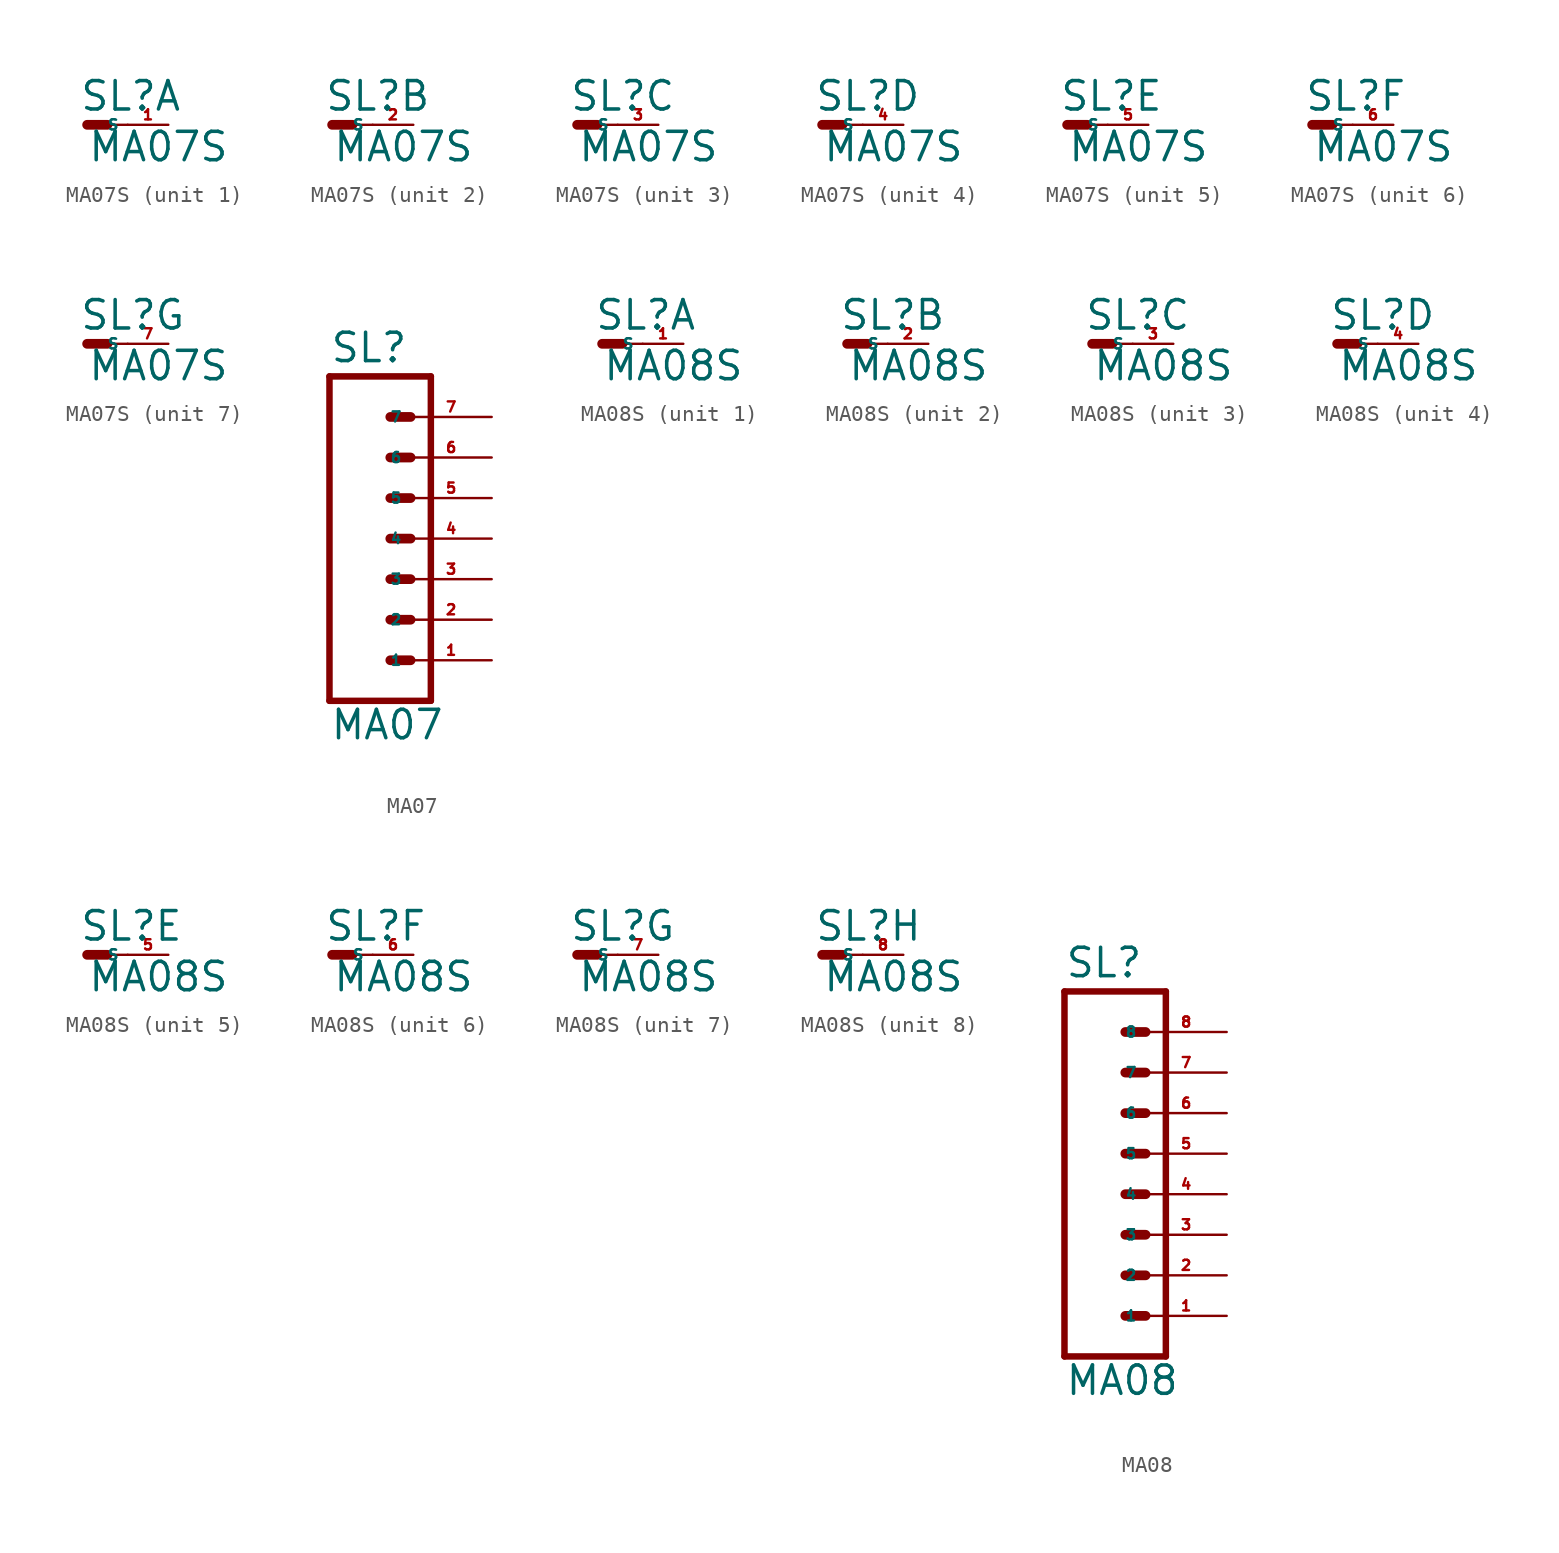
<source format=kicad_sym>
(kicad_symbol_lib
  (version 20220914)
  (generator Eagle2Kicad)
  (symbol "MA07S"
    (property "Reference" "SL"
      (at -0.508 0.762 0)
      (effects (font (size 1.778 1.778) (thickness 0.22)) (justify left bottom)))
    (property "Value" "MA07S"
      (at 0 -2.413 0)
      (effects (font (size 1.778 1.778) (thickness 0.22)) (justify left bottom)))
    (symbol "MA07S_1_0"
      (polyline (pts (xy 0 0) (xy 1.27 0)) (stroke (width 0.61) (type default)) (fill (type none)))
      (polyline (pts (xy 1.27 0) (xy 2.54 0)) (stroke (width 0.152) (type default)) (fill (type none)))
      (pin passive line (at 5.08 0 180) (length 2.54) (name "S" (effects (font (size 0.635 0.635) (thickness 0.08)) (justify left bottom))) (number "1" (effects (font (size 0.635 0.635) (thickness 0.08)) (justify left bottom)))))
    (symbol "MA07S_2_0"
      (polyline (pts (xy 0 0) (xy 1.27 0)) (stroke (width 0.61) (type default)) (fill (type none)))
      (polyline (pts (xy 1.27 0) (xy 2.54 0)) (stroke (width 0.152) (type default)) (fill (type none)))
      (pin passive line (at 5.08 0 180) (length 2.54) (name "S" (effects (font (size 0.635 0.635) (thickness 0.08)) (justify left bottom))) (number "2" (effects (font (size 0.635 0.635) (thickness 0.08)) (justify left bottom)))))
    (symbol "MA07S_3_0"
      (polyline (pts (xy 0 0) (xy 1.27 0)) (stroke (width 0.61) (type default)) (fill (type none)))
      (polyline (pts (xy 1.27 0) (xy 2.54 0)) (stroke (width 0.152) (type default)) (fill (type none)))
      (pin passive line (at 5.08 0 180) (length 2.54) (name "S" (effects (font (size 0.635 0.635) (thickness 0.08)) (justify left bottom))) (number "3" (effects (font (size 0.635 0.635) (thickness 0.08)) (justify left bottom)))))
    (symbol "MA07S_4_0"
      (polyline (pts (xy 0 0) (xy 1.27 0)) (stroke (width 0.61) (type default)) (fill (type none)))
      (polyline (pts (xy 1.27 0) (xy 2.54 0)) (stroke (width 0.152) (type default)) (fill (type none)))
      (pin passive line (at 5.08 0 180) (length 2.54) (name "S" (effects (font (size 0.635 0.635) (thickness 0.08)) (justify left bottom))) (number "4" (effects (font (size 0.635 0.635) (thickness 0.08)) (justify left bottom)))))
    (symbol "MA07S_5_0"
      (polyline (pts (xy 0 0) (xy 1.27 0)) (stroke (width 0.61) (type default)) (fill (type none)))
      (polyline (pts (xy 1.27 0) (xy 2.54 0)) (stroke (width 0.152) (type default)) (fill (type none)))
      (pin passive line (at 5.08 0 180) (length 2.54) (name "S" (effects (font (size 0.635 0.635) (thickness 0.08)) (justify left bottom))) (number "5" (effects (font (size 0.635 0.635) (thickness 0.08)) (justify left bottom)))))
    (symbol "MA07S_6_0"
      (polyline (pts (xy 0 0) (xy 1.27 0)) (stroke (width 0.61) (type default)) (fill (type none)))
      (polyline (pts (xy 1.27 0) (xy 2.54 0)) (stroke (width 0.152) (type default)) (fill (type none)))
      (pin passive line (at 5.08 0 180) (length 2.54) (name "S" (effects (font (size 0.635 0.635) (thickness 0.08)) (justify left bottom))) (number "6" (effects (font (size 0.635 0.635) (thickness 0.08)) (justify left bottom)))))
    (symbol "MA07S_7_0"
      (polyline (pts (xy 0 0) (xy 1.27 0)) (stroke (width 0.61) (type default)) (fill (type none)))
      (polyline (pts (xy 1.27 0) (xy 2.54 0)) (stroke (width 0.152) (type default)) (fill (type none)))
      (pin passive line (at 5.08 0 180) (length 2.54) (name "S" (effects (font (size 0.635 0.635) (thickness 0.08)) (justify left bottom))) (number "7" (effects (font (size 0.635 0.635) (thickness 0.08)) (justify left bottom))))))
  (symbol "MA07"
    (property "Reference" "SL"
      (at -5.08 13.462 0)
      (effects (font (size 1.778 1.778) (thickness 0.22)) (justify left bottom)))
    (property "Value" "MA07"
      (at -5.08 -10.16 0)
      (effects (font (size 1.778 1.778) (thickness 0.22)) (justify left bottom)))
    (polyline
      (pts (xy 1.27 -7.62) (xy -5.08 -7.62))
      (stroke (width 0.406) (type default))
      (fill (type none)))
    (polyline
      (pts (xy -1.27 0) (xy 0 0))
      (stroke (width 0.61) (type default))
      (fill (type none)))
    (polyline
      (pts (xy -1.27 -2.54) (xy 0 -2.54))
      (stroke (width 0.61) (type default))
      (fill (type none)))
    (polyline
      (pts (xy -1.27 -5.08) (xy 0 -5.08))
      (stroke (width 0.61) (type default))
      (fill (type none)))
    (polyline
      (pts (xy -5.08 12.7) (xy -5.08 -7.62))
      (stroke (width 0.406) (type default))
      (fill (type none)))
    (polyline
      (pts (xy 1.27 -7.62) (xy 1.27 12.7))
      (stroke (width 0.406) (type default))
      (fill (type none)))
    (polyline
      (pts (xy -5.08 12.7) (xy 1.27 12.7))
      (stroke (width 0.406) (type default))
      (fill (type none)))
    (polyline
      (pts (xy -1.27 5.08) (xy 0 5.08))
      (stroke (width 0.61) (type default))
      (fill (type none)))
    (polyline
      (pts (xy -1.27 2.54) (xy 0 2.54))
      (stroke (width 0.61) (type default))
      (fill (type none)))
    (polyline
      (pts (xy -1.27 7.62) (xy 0 7.62))
      (stroke (width 0.61) (type default))
      (fill (type none)))
    (polyline
      (pts (xy -1.27 10.16) (xy 0 10.16))
      (stroke (width 0.61) (type default))
      (fill (type none)))
    (pin passive line
      (at 5.08 -5.08 180)
      (length 5.08)
      (name "1" (effects (font (size 0.635 0.635) (thickness 0.08)) (justify left bottom)))
      (number "1" (effects (font (size 0.635 0.635) (thickness 0.08)) (justify left bottom))))
    (pin passive line
      (at 5.08 -2.54 180)
      (length 5.08)
      (name "2" (effects (font (size 0.635 0.635) (thickness 0.08)) (justify left bottom)))
      (number "2" (effects (font (size 0.635 0.635) (thickness 0.08)) (justify left bottom))))
    (pin passive line
      (at 5.08 0 180)
      (length 5.08)
      (name "3" (effects (font (size 0.635 0.635) (thickness 0.08)) (justify left bottom)))
      (number "3" (effects (font (size 0.635 0.635) (thickness 0.08)) (justify left bottom))))
    (pin passive line
      (at 5.08 2.54 180)
      (length 5.08)
      (name "4" (effects (font (size 0.635 0.635) (thickness 0.08)) (justify left bottom)))
      (number "4" (effects (font (size 0.635 0.635) (thickness 0.08)) (justify left bottom))))
    (pin passive line
      (at 5.08 5.08 180)
      (length 5.08)
      (name "5" (effects (font (size 0.635 0.635) (thickness 0.08)) (justify left bottom)))
      (number "5" (effects (font (size 0.635 0.635) (thickness 0.08)) (justify left bottom))))
    (pin passive line
      (at 5.08 7.62 180)
      (length 5.08)
      (name "6" (effects (font (size 0.635 0.635) (thickness 0.08)) (justify left bottom)))
      (number "6" (effects (font (size 0.635 0.635) (thickness 0.08)) (justify left bottom))))
    (pin passive line
      (at 5.08 10.16 180)
      (length 5.08)
      (name "7" (effects (font (size 0.635 0.635) (thickness 0.08)) (justify left bottom)))
      (number "7" (effects (font (size 0.635 0.635) (thickness 0.08)) (justify left bottom)))))
  (symbol "MA08S"
    (property "Reference" "SL"
      (at -0.508 0.762 0)
      (effects (font (size 1.778 1.778) (thickness 0.22)) (justify left bottom)))
    (property "Value" "MA08S"
      (at 0 -2.413 0)
      (effects (font (size 1.778 1.778) (thickness 0.22)) (justify left bottom)))
    (symbol "MA08S_1_0"
      (polyline (pts (xy 0 0) (xy 1.27 0)) (stroke (width 0.61) (type default)) (fill (type none)))
      (polyline (pts (xy 1.27 0) (xy 2.54 0)) (stroke (width 0.152) (type default)) (fill (type none)))
      (pin passive line (at 5.08 0 180) (length 2.54) (name "S" (effects (font (size 0.635 0.635) (thickness 0.08)) (justify left bottom))) (number "1" (effects (font (size 0.635 0.635) (thickness 0.08)) (justify left bottom)))))
    (symbol "MA08S_2_0"
      (polyline (pts (xy 0 0) (xy 1.27 0)) (stroke (width 0.61) (type default)) (fill (type none)))
      (polyline (pts (xy 1.27 0) (xy 2.54 0)) (stroke (width 0.152) (type default)) (fill (type none)))
      (pin passive line (at 5.08 0 180) (length 2.54) (name "S" (effects (font (size 0.635 0.635) (thickness 0.08)) (justify left bottom))) (number "2" (effects (font (size 0.635 0.635) (thickness 0.08)) (justify left bottom)))))
    (symbol "MA08S_3_0"
      (polyline (pts (xy 0 0) (xy 1.27 0)) (stroke (width 0.61) (type default)) (fill (type none)))
      (polyline (pts (xy 1.27 0) (xy 2.54 0)) (stroke (width 0.152) (type default)) (fill (type none)))
      (pin passive line (at 5.08 0 180) (length 2.54) (name "S" (effects (font (size 0.635 0.635) (thickness 0.08)) (justify left bottom))) (number "3" (effects (font (size 0.635 0.635) (thickness 0.08)) (justify left bottom)))))
    (symbol "MA08S_4_0"
      (polyline (pts (xy 0 0) (xy 1.27 0)) (stroke (width 0.61) (type default)) (fill (type none)))
      (polyline (pts (xy 1.27 0) (xy 2.54 0)) (stroke (width 0.152) (type default)) (fill (type none)))
      (pin passive line (at 5.08 0 180) (length 2.54) (name "S" (effects (font (size 0.635 0.635) (thickness 0.08)) (justify left bottom))) (number "4" (effects (font (size 0.635 0.635) (thickness 0.08)) (justify left bottom)))))
    (symbol "MA08S_5_0"
      (polyline (pts (xy 0 0) (xy 1.27 0)) (stroke (width 0.61) (type default)) (fill (type none)))
      (polyline (pts (xy 1.27 0) (xy 2.54 0)) (stroke (width 0.152) (type default)) (fill (type none)))
      (pin passive line (at 5.08 0 180) (length 2.54) (name "S" (effects (font (size 0.635 0.635) (thickness 0.08)) (justify left bottom))) (number "5" (effects (font (size 0.635 0.635) (thickness 0.08)) (justify left bottom)))))
    (symbol "MA08S_6_0"
      (polyline (pts (xy 0 0) (xy 1.27 0)) (stroke (width 0.61) (type default)) (fill (type none)))
      (polyline (pts (xy 1.27 0) (xy 2.54 0)) (stroke (width 0.152) (type default)) (fill (type none)))
      (pin passive line (at 5.08 0 180) (length 2.54) (name "S" (effects (font (size 0.635 0.635) (thickness 0.08)) (justify left bottom))) (number "6" (effects (font (size 0.635 0.635) (thickness 0.08)) (justify left bottom)))))
    (symbol "MA08S_7_0"
      (polyline (pts (xy 0 0) (xy 1.27 0)) (stroke (width 0.61) (type default)) (fill (type none)))
      (polyline (pts (xy 1.27 0) (xy 2.54 0)) (stroke (width 0.152) (type default)) (fill (type none)))
      (pin passive line (at 5.08 0 180) (length 2.54) (name "S" (effects (font (size 0.635 0.635) (thickness 0.08)) (justify left bottom))) (number "7" (effects (font (size 0.635 0.635) (thickness 0.08)) (justify left bottom)))))
    (symbol "MA08S_8_0"
      (polyline (pts (xy 0 0) (xy 1.27 0)) (stroke (width 0.61) (type default)) (fill (type none)))
      (polyline (pts (xy 1.27 0) (xy 2.54 0)) (stroke (width 0.152) (type default)) (fill (type none)))
      (pin passive line (at 5.08 0 180) (length 2.54) (name "S" (effects (font (size 0.635 0.635) (thickness 0.08)) (justify left bottom))) (number "8" (effects (font (size 0.635 0.635) (thickness 0.08)) (justify left bottom))))))
  (symbol "MA08"
    (property "Reference" "SL"
      (at -5.08 13.462 0)
      (effects (font (size 1.778 1.778) (thickness 0.22)) (justify left bottom)))
    (property "Value" "MA08"
      (at -5.08 -12.7 0)
      (effects (font (size 1.778 1.778) (thickness 0.22)) (justify left bottom)))
    (polyline
      (pts (xy 1.27 -10.16) (xy -5.08 -10.16))
      (stroke (width 0.406) (type default))
      (fill (type none)))
    (polyline
      (pts (xy -1.27 -2.54) (xy 0 -2.54))
      (stroke (width 0.61) (type default))
      (fill (type none)))
    (polyline
      (pts (xy -1.27 -5.08) (xy 0 -5.08))
      (stroke (width 0.61) (type default))
      (fill (type none)))
    (polyline
      (pts (xy -1.27 -7.62) (xy 0 -7.62))
      (stroke (width 0.61) (type default))
      (fill (type none)))
    (polyline
      (pts (xy -5.08 12.7) (xy -5.08 -10.16))
      (stroke (width 0.406) (type default))
      (fill (type none)))
    (polyline
      (pts (xy 1.27 -10.16) (xy 1.27 12.7))
      (stroke (width 0.406) (type default))
      (fill (type none)))
    (polyline
      (pts (xy -5.08 12.7) (xy 1.27 12.7))
      (stroke (width 0.406) (type default))
      (fill (type none)))
    (polyline
      (pts (xy -1.27 2.54) (xy 0 2.54))
      (stroke (width 0.61) (type default))
      (fill (type none)))
    (polyline
      (pts (xy -1.27 0) (xy 0 0))
      (stroke (width 0.61) (type default))
      (fill (type none)))
    (polyline
      (pts (xy -1.27 5.08) (xy 0 5.08))
      (stroke (width 0.61) (type default))
      (fill (type none)))
    (polyline
      (pts (xy -1.27 7.62) (xy 0 7.62))
      (stroke (width 0.61) (type default))
      (fill (type none)))
    (polyline
      (pts (xy -1.27 10.16) (xy 0 10.16))
      (stroke (width 0.61) (type default))
      (fill (type none)))
    (pin passive line
      (at 5.08 -7.62 180)
      (length 5.08)
      (name "1" (effects (font (size 0.635 0.635) (thickness 0.08)) (justify left bottom)))
      (number "1" (effects (font (size 0.635 0.635) (thickness 0.08)) (justify left bottom))))
    (pin passive line
      (at 5.08 -5.08 180)
      (length 5.08)
      (name "2" (effects (font (size 0.635 0.635) (thickness 0.08)) (justify left bottom)))
      (number "2" (effects (font (size 0.635 0.635) (thickness 0.08)) (justify left bottom))))
    (pin passive line
      (at 5.08 -2.54 180)
      (length 5.08)
      (name "3" (effects (font (size 0.635 0.635) (thickness 0.08)) (justify left bottom)))
      (number "3" (effects (font (size 0.635 0.635) (thickness 0.08)) (justify left bottom))))
    (pin passive line
      (at 5.08 0 180)
      (length 5.08)
      (name "4" (effects (font (size 0.635 0.635) (thickness 0.08)) (justify left bottom)))
      (number "4" (effects (font (size 0.635 0.635) (thickness 0.08)) (justify left bottom))))
    (pin passive line
      (at 5.08 2.54 180)
      (length 5.08)
      (name "5" (effects (font (size 0.635 0.635) (thickness 0.08)) (justify left bottom)))
      (number "5" (effects (font (size 0.635 0.635) (thickness 0.08)) (justify left bottom))))
    (pin passive line
      (at 5.08 5.08 180)
      (length 5.08)
      (name "6" (effects (font (size 0.635 0.635) (thickness 0.08)) (justify left bottom)))
      (number "6" (effects (font (size 0.635 0.635) (thickness 0.08)) (justify left bottom))))
    (pin passive line
      (at 5.08 7.62 180)
      (length 5.08)
      (name "7" (effects (font (size 0.635 0.635) (thickness 0.08)) (justify left bottom)))
      (number "7" (effects (font (size 0.635 0.635) (thickness 0.08)) (justify left bottom))))
    (pin passive line
      (at 5.08 10.16 180)
      (length 5.08)
      (name "8" (effects (font (size 0.635 0.635) (thickness 0.08)) (justify left bottom)))
      (number "8" (effects (font (size 0.635 0.635) (thickness 0.08)) (justify left bottom))))))
</source>
